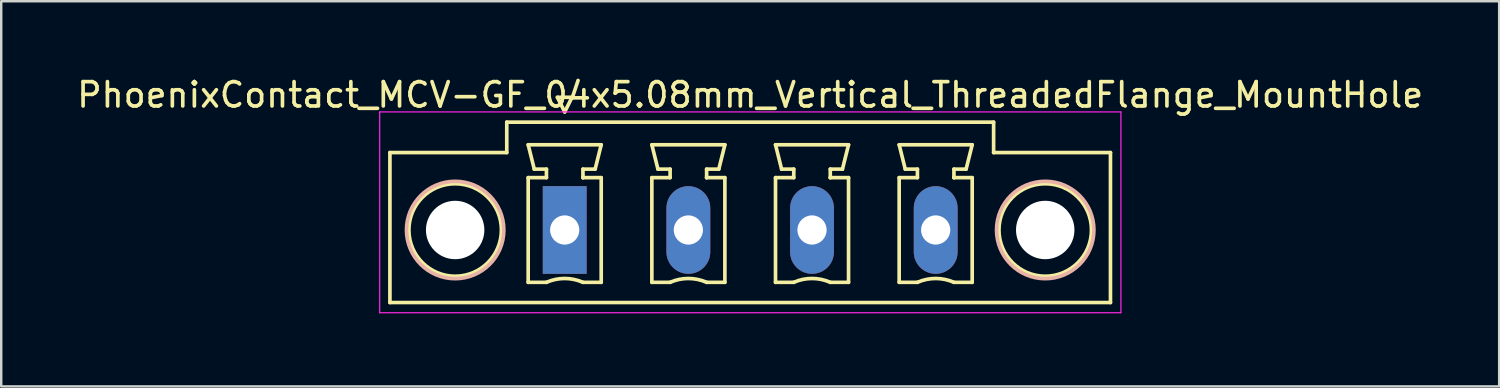
<source format=kicad_pcb>
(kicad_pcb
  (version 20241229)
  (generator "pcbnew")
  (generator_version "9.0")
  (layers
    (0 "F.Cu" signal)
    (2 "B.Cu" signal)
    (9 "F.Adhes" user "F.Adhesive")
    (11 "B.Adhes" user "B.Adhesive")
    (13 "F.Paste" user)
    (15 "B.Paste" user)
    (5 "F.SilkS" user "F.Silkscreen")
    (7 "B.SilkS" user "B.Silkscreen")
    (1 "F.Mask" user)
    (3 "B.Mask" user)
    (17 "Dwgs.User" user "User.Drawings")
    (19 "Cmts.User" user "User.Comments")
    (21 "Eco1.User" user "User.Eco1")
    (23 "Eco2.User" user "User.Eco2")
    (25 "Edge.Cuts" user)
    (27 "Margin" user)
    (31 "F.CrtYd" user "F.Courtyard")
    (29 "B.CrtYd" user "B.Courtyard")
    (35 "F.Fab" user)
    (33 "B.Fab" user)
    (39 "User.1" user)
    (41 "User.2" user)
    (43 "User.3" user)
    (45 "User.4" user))
  (footprint "PhoenixContact_MCV-GF_04x5.08mm_Vertical_ThreadedFlange_MountHole"
    (layer "F.Cu")
    (at 20.148 6.398)
    (property "Reference" "PhoenixContact_MCV-GF_04x5.08mm_Vertical_ThreadedFlange_MountHole" (at 7.62 -5.55 0) (layer "F.SilkS") (effects (font (size 1 1) (thickness 0.15))))
    (attr through_hole)
    (fp_line (start -7.18 -3.18) (end -7.18 2.98) (stroke (width 0.15) (type solid)) (layer "F.SilkS"))
    (fp_line (start -7.18 2.98) (end 22.42 2.98) (stroke (width 0.15) (type solid)) (layer "F.SilkS"))
    (fp_line (start -2.38 -4.43) (end -2.38 -3.18) (stroke (width 0.15) (type solid)) (layer "F.SilkS"))
    (fp_line (start -2.38 -3.18) (end -7.18 -3.18) (stroke (width 0.15) (type solid)) (layer "F.SilkS"))
    (fp_line (start -1.5 -3.5) (end 1.5 -3.5) (stroke (width 0.15) (type solid)) (layer "F.SilkS"))
    (fp_line (start -1.5 -2.15) (end -0.75 -2.15) (stroke (width 0.15) (type solid)) (layer "F.SilkS"))
    (fp_line (start -1.5 2.15) (end -1.5 -2.15) (stroke (width 0.15) (type solid)) (layer "F.SilkS"))
    (fp_line (start -1.25 -2.5) (end -1.5 -3.5) (stroke (width 0.15) (type solid)) (layer "F.SilkS"))
    (fp_line (start -0.75 -2.5) (end -1.25 -2.5) (stroke (width 0.15) (type solid)) (layer "F.SilkS"))
    (fp_line (start -0.75 -2.15) (end -0.75 -2.5) (stroke (width 0.15) (type solid)) (layer "F.SilkS"))
    (fp_line (start -0.75 2.15) (end -1.5 2.15) (stroke (width 0.15) (type solid)) (layer "F.SilkS"))
    (fp_line (start -0.3 -5.45) (end 0 -4.85) (stroke (width 0.15) (type solid)) (layer "F.SilkS"))
    (fp_line (start 0 -4.85) (end 0.3 -5.45) (stroke (width 0.15) (type solid)) (layer "F.SilkS"))
    (fp_line (start 0.3 -5.45) (end -0.3 -5.45) (stroke (width 0.15) (type solid)) (layer "F.SilkS"))
    (fp_line (start 0.75 -2.5) (end 0.75 -2.15) (stroke (width 0.15) (type solid)) (layer "F.SilkS"))
    (fp_line (start 0.75 -2.15) (end 0.75 -2.15) (stroke (width 0.15) (type solid)) (layer "F.SilkS"))
    (fp_line (start 0.75 -2.15) (end 1.5 -2.15) (stroke (width 0.15) (type solid)) (layer "F.SilkS"))
    (fp_line (start 1.25 -2.5) (end 0.75 -2.5) (stroke (width 0.15) (type solid)) (layer "F.SilkS"))
    (fp_line (start 1.5 -3.5) (end 1.25 -2.5) (stroke (width 0.15) (type solid)) (layer "F.SilkS"))
    (fp_line (start 1.5 -2.15) (end 1.5 2.15) (stroke (width 0.15) (type solid)) (layer "F.SilkS"))
    (fp_line (start 1.5 2.15) (end 0.75 2.15) (stroke (width 0.15) (type solid)) (layer "F.SilkS"))
    (fp_line (start 3.58 -3.5) (end 6.58 -3.5) (stroke (width 0.15) (type solid)) (layer "F.SilkS"))
    (fp_line (start 3.58 -2.15) (end 4.33 -2.15) (stroke (width 0.15) (type solid)) (layer "F.SilkS"))
    (fp_line (start 3.58 2.15) (end 3.58 -2.15) (stroke (width 0.15) (type solid)) (layer "F.SilkS"))
    (fp_line (start 3.83 -2.5) (end 3.58 -3.5) (stroke (width 0.15) (type solid)) (layer "F.SilkS"))
    (fp_line (start 4.33 -2.5) (end 3.83 -2.5) (stroke (width 0.15) (type solid)) (layer "F.SilkS"))
    (fp_line (start 4.33 -2.15) (end 4.33 -2.5) (stroke (width 0.15) (type solid)) (layer "F.SilkS"))
    (fp_line (start 4.33 2.15) (end 3.58 2.15) (stroke (width 0.15) (type solid)) (layer "F.SilkS"))
    (fp_line (start 5.83 -2.5) (end 5.83 -2.15) (stroke (width 0.15) (type solid)) (layer "F.SilkS"))
    (fp_line (start 5.83 -2.15) (end 5.83 -2.15) (stroke (width 0.15) (type solid)) (layer "F.SilkS"))
    (fp_line (start 5.83 -2.15) (end 6.58 -2.15) (stroke (width 0.15) (type solid)) (layer "F.SilkS"))
    (fp_line (start 6.33 -2.5) (end 5.83 -2.5) (stroke (width 0.15) (type solid)) (layer "F.SilkS"))
    (fp_line (start 6.58 -3.5) (end 6.33 -2.5) (stroke (width 0.15) (type solid)) (layer "F.SilkS"))
    (fp_line (start 6.58 -2.15) (end 6.58 2.15) (stroke (width 0.15) (type solid)) (layer "F.SilkS"))
    (fp_line (start 6.58 2.15) (end 5.83 2.15) (stroke (width 0.15) (type solid)) (layer "F.SilkS"))
    (fp_line (start 8.66 -3.5) (end 11.66 -3.5) (stroke (width 0.15) (type solid)) (layer "F.SilkS"))
    (fp_line (start 8.66 -2.15) (end 9.41 -2.15) (stroke (width 0.15) (type solid)) (layer "F.SilkS"))
    (fp_line (start 8.66 2.15) (end 8.66 -2.15) (stroke (width 0.15) (type solid)) (layer "F.SilkS"))
    (fp_line (start 8.91 -2.5) (end 8.66 -3.5) (stroke (width 0.15) (type solid)) (layer "F.SilkS"))
    (fp_line (start 9.41 -2.5) (end 8.91 -2.5) (stroke (width 0.15) (type solid)) (layer "F.SilkS"))
    (fp_line (start 9.41 -2.15) (end 9.41 -2.5) (stroke (width 0.15) (type solid)) (layer "F.SilkS"))
    (fp_line (start 9.41 2.15) (end 8.66 2.15) (stroke (width 0.15) (type solid)) (layer "F.SilkS"))
    (fp_line (start 10.91 -2.5) (end 10.91 -2.15) (stroke (width 0.15) (type solid)) (layer "F.SilkS"))
    (fp_line (start 10.91 -2.15) (end 10.91 -2.15) (stroke (width 0.15) (type solid)) (layer "F.SilkS"))
    (fp_line (start 10.91 -2.15) (end 11.66 -2.15) (stroke (width 0.15) (type solid)) (layer "F.SilkS"))
    (fp_line (start 11.41 -2.5) (end 10.91 -2.5) (stroke (width 0.15) (type solid)) (layer "F.SilkS"))
    (fp_line (start 11.66 -3.5) (end 11.41 -2.5) (stroke (width 0.15) (type solid)) (layer "F.SilkS"))
    (fp_line (start 11.66 -2.15) (end 11.66 2.15) (stroke (width 0.15) (type solid)) (layer "F.SilkS"))
    (fp_line (start 11.66 2.15) (end 10.91 2.15) (stroke (width 0.15) (type solid)) (layer "F.SilkS"))
    (fp_line (start 13.74 -3.5) (end 16.74 -3.5) (stroke (width 0.15) (type solid)) (layer "F.SilkS"))
    (fp_line (start 13.74 -2.15) (end 14.49 -2.15) (stroke (width 0.15) (type solid)) (layer "F.SilkS"))
    (fp_line (start 13.74 2.15) (end 13.74 -2.15) (stroke (width 0.15) (type solid)) (layer "F.SilkS"))
    (fp_line (start 13.99 -2.5) (end 13.74 -3.5) (stroke (width 0.15) (type solid)) (layer "F.SilkS"))
    (fp_line (start 14.49 -2.5) (end 13.99 -2.5) (stroke (width 0.15) (type solid)) (layer "F.SilkS"))
    (fp_line (start 14.49 -2.15) (end 14.49 -2.5) (stroke (width 0.15) (type solid)) (layer "F.SilkS"))
    (fp_line (start 14.49 2.15) (end 13.74 2.15) (stroke (width 0.15) (type solid)) (layer "F.SilkS"))
    (fp_line (start 15.99 -2.5) (end 15.99 -2.15) (stroke (width 0.15) (type solid)) (layer "F.SilkS"))
    (fp_line (start 15.99 -2.15) (end 15.99 -2.15) (stroke (width 0.15) (type solid)) (layer "F.SilkS"))
    (fp_line (start 15.99 -2.15) (end 16.74 -2.15) (stroke (width 0.15) (type solid)) (layer "F.SilkS"))
    (fp_line (start 16.49 -2.5) (end 15.99 -2.5) (stroke (width 0.15) (type solid)) (layer "F.SilkS"))
    (fp_line (start 16.74 -3.5) (end 16.49 -2.5) (stroke (width 0.15) (type solid)) (layer "F.SilkS"))
    (fp_line (start 16.74 -2.15) (end 16.74 2.15) (stroke (width 0.15) (type solid)) (layer "F.SilkS"))
    (fp_line (start 16.74 2.15) (end 15.99 2.15) (stroke (width 0.15) (type solid)) (layer "F.SilkS"))
    (fp_line (start 17.62 -4.43) (end -2.38 -4.43) (stroke (width 0.15) (type solid)) (layer "F.SilkS"))
    (fp_line (start 17.62 -3.18) (end 17.62 -4.43) (stroke (width 0.15) (type solid)) (layer "F.SilkS"))
    (fp_line (start 22.42 -3.18) (end 17.62 -3.18) (stroke (width 0.15) (type solid)) (layer "F.SilkS"))
    (fp_line (start 22.42 2.98) (end 22.42 -3.18) (stroke (width 0.15) (type solid)) (layer "F.SilkS"))
    (fp_arc (start -0.75 2.15) (mid -0.000193 1.99191) (end 0.749647 2.149844) (stroke (width 0.15) (type solid)) (layer "F.SilkS"))
    (fp_arc (start 4.33 2.15) (mid 5.079807 1.99191) (end 5.829647 2.149844) (stroke (width 0.15) (type solid)) (layer "F.SilkS"))
    (fp_arc (start 9.41 2.15) (mid 10.159807 1.99191) (end 10.909647 2.149844) (stroke (width 0.15) (type solid)) (layer "F.SilkS"))
    (fp_arc (start 14.49 2.15) (mid 15.239807 1.99191) (end 15.989647 2.149844) (stroke (width 0.15) (type solid)) (layer "F.SilkS"))
    (fp_circle (center -4.5 0) (end -2.6 0) (stroke (width 0.15) (type solid)) (fill no) (layer "F.SilkS"))
    (fp_circle (center 19.74 0) (end 21.64 0) (stroke (width 0.15) (type solid)) (fill no) (layer "F.SilkS"))
    (fp_circle (center -4.5 0) (end -2.5 0) (stroke (width 0.15) (type solid)) (fill no) (layer "B.SilkS"))
    (fp_circle (center 19.74 0) (end 21.74 0) (stroke (width 0.15) (type solid)) (fill no) (layer "B.SilkS"))
    (fp_line (start -7.6 -4.85) (end -7.6 3.4) (stroke (width 0.05) (type solid)) (layer "F.CrtYd"))
    (fp_line (start -7.6 3.4) (end 22.85 3.4) (stroke (width 0.05) (type solid)) (layer "F.CrtYd"))
    (fp_line (start 22.85 -4.85) (end -7.6 -4.85) (stroke (width 0.05) (type solid)) (layer "F.CrtYd"))
    (fp_line (start 22.85 3.4) (end 22.85 -4.85) (stroke (width 0.05) (type solid)) (layer "F.CrtYd"))
    (pad "" np_thru_hole circle (at -4.5 0) (size 2.4 2.4) (drill 2.4) (layers "*.Cu" "*.Mask"))
    (pad "" np_thru_hole circle (at 19.74 0) (size 2.4 2.4) (drill 2.4) (layers "*.Cu" "*.Mask"))
    (pad "1" thru_hole rect (at 0 0) (size 1.8 3.6) (drill 1.2) (layers "*.Cu" "*.Mask"))
    (pad "2" thru_hole oval (at 5.08 0) (size 1.8 3.6) (drill 1.2) (layers "*.Cu" "*.Mask"))
    (pad "3" thru_hole oval (at 10.16 0) (size 1.8 3.6) (drill 1.2) (layers "*.Cu" "*.Mask"))
    (pad "4" thru_hole oval (at 15.24 0) (size 1.8 3.6) (drill 1.2) (layers "*.Cu" "*.Mask")))
  (gr_rect
    (start -3 -3)
    (end 58.536 12.823)
    (stroke (width 0.1) (type default))
    (fill no)
    (layer "Edge.Cuts")))
</source>
